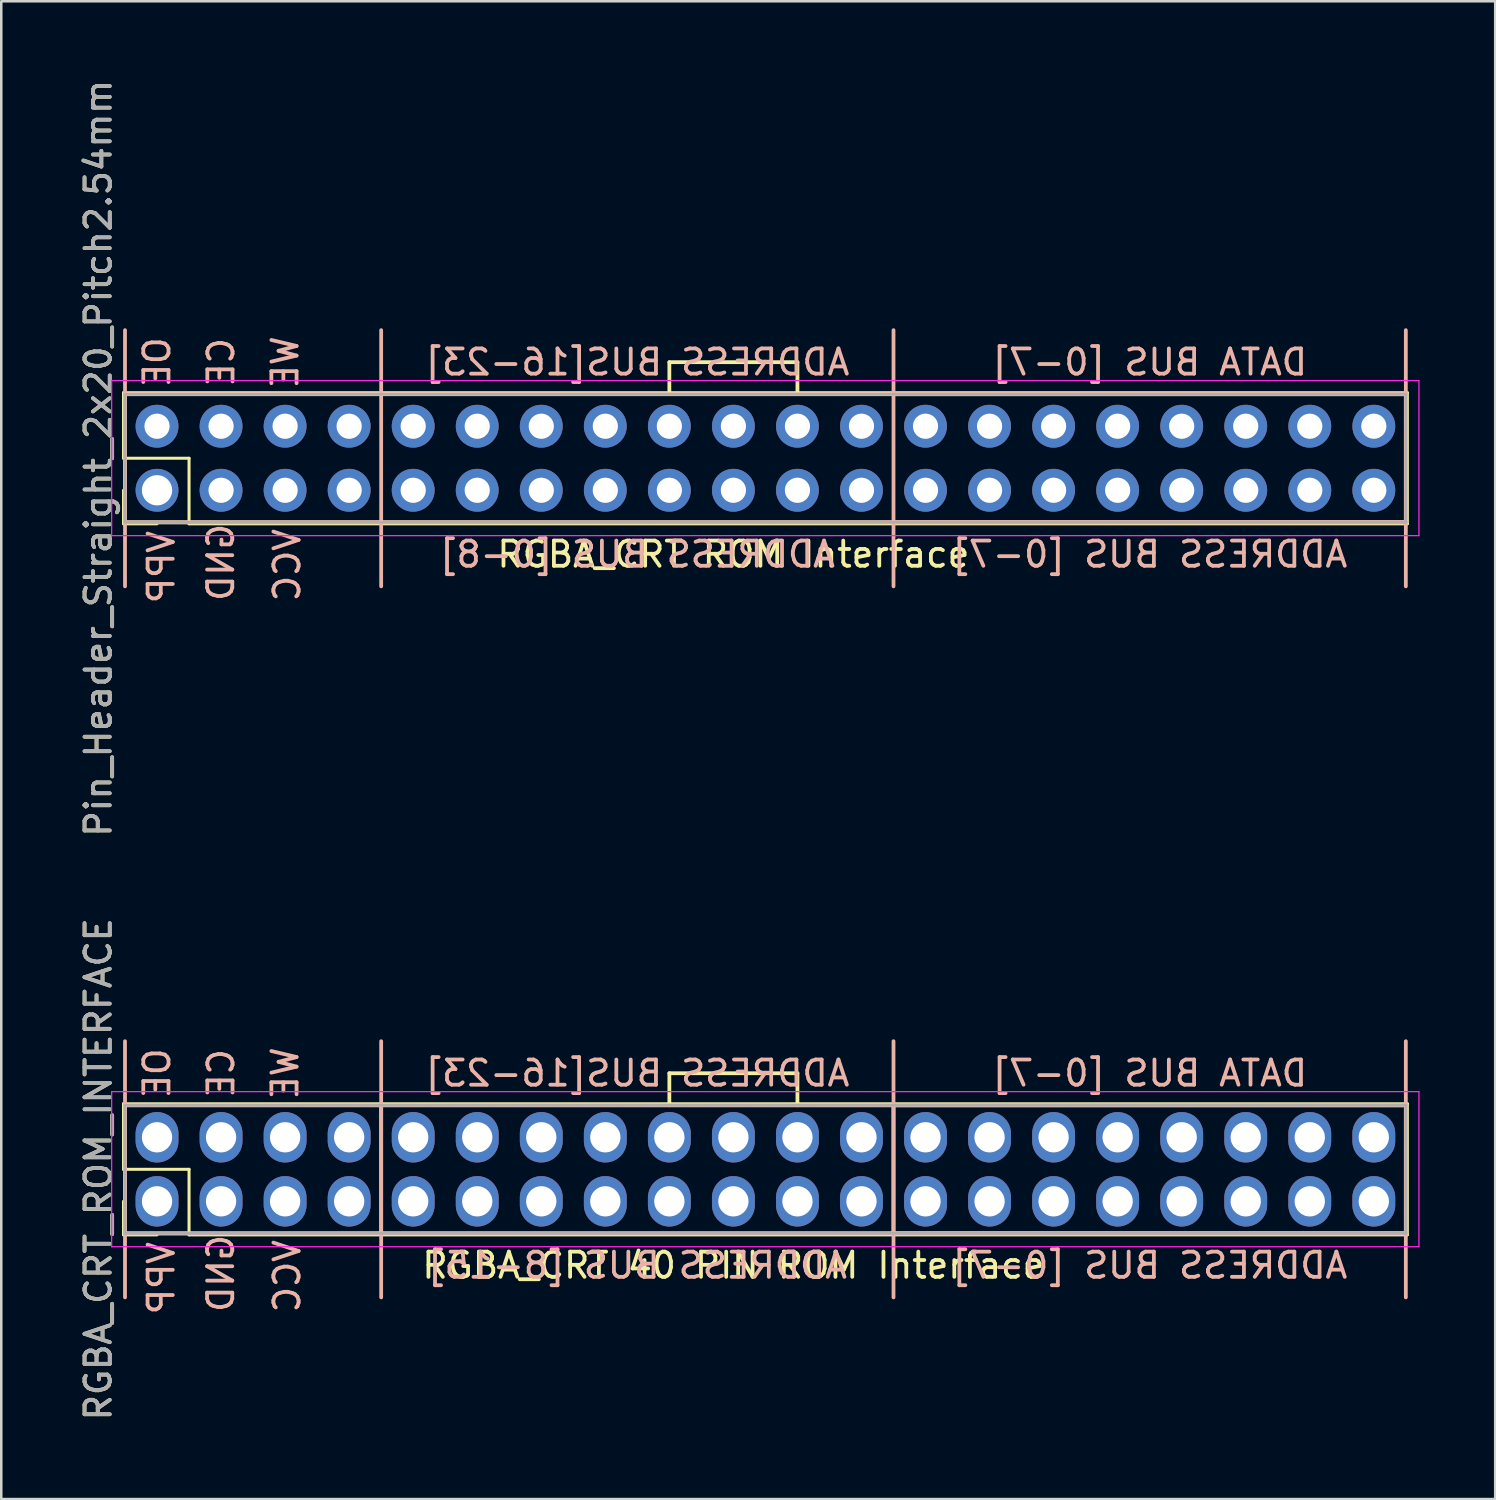
<source format=kicad_pcb>
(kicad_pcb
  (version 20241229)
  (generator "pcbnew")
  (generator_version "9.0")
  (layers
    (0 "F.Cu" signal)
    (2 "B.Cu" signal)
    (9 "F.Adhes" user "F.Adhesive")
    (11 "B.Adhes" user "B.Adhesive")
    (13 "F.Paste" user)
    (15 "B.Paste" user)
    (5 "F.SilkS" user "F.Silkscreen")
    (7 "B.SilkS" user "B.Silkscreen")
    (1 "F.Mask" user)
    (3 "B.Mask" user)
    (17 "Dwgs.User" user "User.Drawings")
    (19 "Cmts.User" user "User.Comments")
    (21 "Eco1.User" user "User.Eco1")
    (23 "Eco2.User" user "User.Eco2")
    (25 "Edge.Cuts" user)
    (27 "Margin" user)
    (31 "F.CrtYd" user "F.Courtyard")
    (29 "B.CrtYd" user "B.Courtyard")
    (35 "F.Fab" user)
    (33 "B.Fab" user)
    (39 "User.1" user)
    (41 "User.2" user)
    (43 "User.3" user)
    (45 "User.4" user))
  (footprint "Pin_Header_Straight_2x20_Pitch2.54mm"
    (layer "F.Cu")
    (at 26.038 16.395)
    (property "Reference" "Pin_Header_Straight_2x20_Pitch2.54mm" (at -25.19 -1.27 90) (layer "F.SilkS") (effects (font (size 1 1) (thickness 0.15))))
    (attr through_hole)
    (fp_line (start -24.19 -3.87) (end -24.19 -1.27) (stroke (width 0.12) (type solid)) (layer "F.SilkS"))
    (fp_line (start -24.19 -1.27) (end -21.59 -1.27) (stroke (width 0.12) (type solid)) (layer "F.SilkS"))
    (fp_line (start -24.19 1.33) (end -24.19 0) (stroke (width 0.12) (type solid)) (layer "F.SilkS"))
    (fp_line (start -24.13 -3.81) (end -24.13 1.27) (stroke (width 0.15) (type solid)) (layer "F.SilkS"))
    (fp_line (start -24.13 1.27) (end 26.67 1.27) (stroke (width 0.15) (type solid)) (layer "F.SilkS"))
    (fp_line (start -22.86 1.33) (end -24.19 1.33) (stroke (width 0.12) (type solid)) (layer "F.SilkS"))
    (fp_line (start -21.59 -1.27) (end -21.59 1.33) (stroke (width 0.12) (type solid)) (layer "F.SilkS"))
    (fp_line (start -21.59 1.33) (end 26.73 1.33) (stroke (width 0.12) (type solid)) (layer "F.SilkS"))
    (fp_line (start -2.54 -5.08) (end 2.54 -5.08) (stroke (width 0.15) (type solid)) (layer "F.SilkS"))
    (fp_line (start -2.54 -3.81) (end -2.54 -5.08) (stroke (width 0.15) (type solid)) (layer "F.SilkS"))
    (fp_line (start 2.54 -5.08) (end 2.54 -3.81) (stroke (width 0.15) (type solid)) (layer "F.SilkS"))
    (fp_line (start 26.67 -3.81) (end -24.13 -3.81) (stroke (width 0.15) (type solid)) (layer "F.SilkS"))
    (fp_line (start 26.67 1.27) (end 26.67 -3.81) (stroke (width 0.15) (type solid)) (layer "F.SilkS"))
    (fp_line (start 26.73 -3.87) (end -24.19 -3.87) (stroke (width 0.12) (type solid)) (layer "F.SilkS"))
    (fp_line (start 26.73 1.33) (end 26.73 -3.87) (stroke (width 0.12) (type solid)) (layer "F.SilkS"))
    (fp_line (start -24.13 -6.35) (end -24.13 3.81) (stroke (width 0.15) (type solid)) (layer "B.SilkS"))
    (fp_line (start -24.13 -3.81) (end 26.67 -3.81) (stroke (width 0.15) (type solid)) (layer "B.SilkS"))
    (fp_line (start -24.13 1.27) (end -24.13 -3.81) (stroke (width 0.15) (type solid)) (layer "B.SilkS"))
    (fp_line (start -13.97 -6.35) (end -13.97 -3.81) (stroke (width 0.15) (type solid)) (layer "B.SilkS"))
    (fp_line (start -13.97 -3.81) (end -13.97 1.27) (stroke (width 0.15) (type solid)) (layer "B.SilkS"))
    (fp_line (start -13.97 1.27) (end -13.97 3.81) (stroke (width 0.15) (type solid)) (layer "B.SilkS"))
    (fp_line (start 6.35 -6.35) (end 6.35 -3.81) (stroke (width 0.15) (type solid)) (layer "B.SilkS"))
    (fp_line (start 6.35 -3.81) (end 6.35 1.27) (stroke (width 0.15) (type solid)) (layer "B.SilkS"))
    (fp_line (start 6.35 1.27) (end 6.35 3.81) (stroke (width 0.15) (type solid)) (layer "B.SilkS"))
    (fp_line (start 26.67 -6.35) (end 26.67 -3.81) (stroke (width 0.15) (type solid)) (layer "B.SilkS"))
    (fp_line (start 26.67 -3.81) (end 6.35 -3.81) (stroke (width 0.15) (type solid)) (layer "B.SilkS"))
    (fp_line (start 26.67 -3.81) (end 26.67 1.27) (stroke (width 0.15) (type solid)) (layer "B.SilkS"))
    (fp_line (start 26.67 1.27) (end -24.13 1.27) (stroke (width 0.15) (type solid)) (layer "B.SilkS"))
    (fp_line (start 26.67 1.27) (end 6.35 1.27) (stroke (width 0.15) (type solid)) (layer "B.SilkS"))
    (fp_line (start 26.67 3.81) (end 26.67 1.27) (stroke (width 0.15) (type solid)) (layer "B.SilkS"))
    (fp_line (start -24.66 -4.35) (end -24.66 1.8) (stroke (width 0.05) (type solid)) (layer "F.CrtYd"))
    (fp_line (start -24.66 1.8) (end 27.19 1.8) (stroke (width 0.05) (type solid)) (layer "F.CrtYd"))
    (fp_line (start 27.19 -4.35) (end -24.66 -4.35) (stroke (width 0.05) (type solid)) (layer "F.CrtYd"))
    (fp_line (start 27.19 1.8) (end 27.19 -4.35) (stroke (width 0.05) (type solid)) (layer "F.CrtYd"))
    (fp_line (start -24.13 -3.81) (end -24.13 1.27) (stroke (width 0.1) (type solid)) (layer "F.Fab"))
    (fp_line (start -24.13 1.27) (end 26.67 1.27) (stroke (width 0.1) (type solid)) (layer "F.Fab"))
    (fp_line (start 26.67 -3.81) (end -24.13 -3.81) (stroke (width 0.1) (type solid)) (layer "F.Fab"))
    (fp_line (start 26.67 1.27) (end 26.67 -3.81) (stroke (width 0.1) (type solid)) (layer "F.Fab"))
    (fp_text user "RGBA_CRT ROM Interface" (at 0 2.54 0) (layer "F.SilkS") (effects (font (size 1 1) (thickness 0.15))))
    (fp_text user "VCC" (at -17.7 2.97 90) (layer "B.SilkS") (effects (font (size 1 1) (thickness 0.15)) (justify mirror)))
    (fp_text user "CE" (at -20.32 -5.08 90) (layer "B.SilkS") (effects (font (size 1 1) (thickness 0.15)) (justify mirror)))
    (fp_text user "DATA BUS [0-7]" (at 16.51 -5.08 180) (layer "B.SilkS") (effects (font (size 1 1) (thickness 0.15)) (justify mirror)))
    (fp_text user "OE" (at -22.86 -5.08 90) (layer "B.SilkS") (effects (font (size 1 1) (thickness 0.15)) (justify mirror)))
    (fp_text user "ADDRESS BUS[16-23]" (at -3.81 -5.08 180) (layer "B.SilkS") (effects (font (size 1 1) (thickness 0.15)) (justify mirror)))
    (fp_text user "ADDRESS BUS [0-7]" (at 16.51 2.54 0) (layer "B.SilkS") (effects (font (size 1 1) (thickness 0.15)) (justify mirror)))
    (fp_text user "VPP" (at -22.69 3.05 90) (layer "B.SilkS") (effects (font (size 1 1) (thickness 0.15)) (justify mirror)))
    (fp_text user "GND" (at -20.33 2.86 90) (layer "B.SilkS") (effects (font (size 1 1) (thickness 0.15)) (justify mirror)))
    (fp_text user "ADDRESS BUS [0-8]" (at -3.81 2.54 180) (layer "B.SilkS") (effects (font (size 1 1) (thickness 0.15)) (justify mirror)))
    (fp_text user "WE" (at -17.78 -5.08 90) (layer "B.SilkS") (effects (font (size 1 1) (thickness 0.15)) (justify mirror)))
    (fp_text user "${REFERENCE}" (at -25.19 -1.27 90) (layer "F.Fab") (effects (font (size 1 1) (thickness 0.15))))
    (pad "1" thru_hole circle (at -22.86 0 90) (size 1.7 1.7) (drill 1.2) (layers "*.Cu" "*.Mask"))
    (pad "2" thru_hole oval (at -20.32 0 90) (size 1.7 1.7) (drill 1) (layers "*.Cu" "*.Mask"))
    (pad "3" thru_hole oval (at -17.78 0 90) (size 1.7 1.7) (drill 1) (layers "*.Cu" "*.Mask"))
    (pad "4" thru_hole oval (at -15.24 0 90) (size 1.7 1.7) (drill 1) (layers "*.Cu" "*.Mask"))
    (pad "5" thru_hole oval (at -12.7 0 90) (size 1.7 1.7) (drill 1) (layers "*.Cu" "*.Mask"))
    (pad "6" thru_hole oval (at -10.16 0 90) (size 1.7 1.7) (drill 1) (layers "*.Cu" "*.Mask"))
    (pad "7" thru_hole oval (at -7.62 0 90) (size 1.7 1.7) (drill 1) (layers "*.Cu" "*.Mask"))
    (pad "8" thru_hole oval (at -5.08 0 90) (size 1.7 1.7) (drill 1) (layers "*.Cu" "*.Mask"))
    (pad "9" thru_hole oval (at -2.54 0 90) (size 1.7 1.7) (drill 1) (layers "*.Cu" "*.Mask"))
    (pad "10" thru_hole oval (at 0 0 90) (size 1.7 1.7) (drill 1) (layers "*.Cu" "*.Mask"))
    (pad "11" thru_hole oval (at 2.54 0 90) (size 1.7 1.7) (drill 1) (layers "*.Cu" "*.Mask"))
    (pad "12" thru_hole oval (at 5.08 0 90) (size 1.7 1.7) (drill 1) (layers "*.Cu" "*.Mask"))
    (pad "13" thru_hole oval (at 7.62 0 90) (size 1.7 1.7) (drill 1) (layers "*.Cu" "*.Mask"))
    (pad "14" thru_hole oval (at 10.16 0 90) (size 1.7 1.7) (drill 1) (layers "*.Cu" "*.Mask"))
    (pad "15" thru_hole oval (at 12.7 0 90) (size 1.7 1.7) (drill 1) (layers "*.Cu" "*.Mask"))
    (pad "16" thru_hole oval (at 15.24 0 90) (size 1.7 1.7) (drill 1) (layers "*.Cu" "*.Mask"))
    (pad "17" thru_hole oval (at 17.78 0 90) (size 1.7 1.7) (drill 1) (layers "*.Cu" "*.Mask"))
    (pad "18" thru_hole oval (at 20.32 0 90) (size 1.7 1.7) (drill 1) (layers "*.Cu" "*.Mask"))
    (pad "19" thru_hole oval (at 22.86 0 90) (size 1.7 1.7) (drill 1) (layers "*.Cu" "*.Mask"))
    (pad "20" thru_hole oval (at 25.4 0 90) (size 1.7 1.7) (drill 1) (layers "*.Cu" "*.Mask"))
    (pad "21" thru_hole oval (at 25.4 -2.54 90) (size 1.7 1.7) (drill 1) (layers "*.Cu" "*.Mask"))
    (pad "22" thru_hole oval (at 22.86 -2.54 90) (size 1.7 1.7) (drill 1) (layers "*.Cu" "*.Mask"))
    (pad "23" thru_hole oval (at 20.32 -2.54 90) (size 1.7 1.7) (drill 1) (layers "*.Cu" "*.Mask"))
    (pad "24" thru_hole oval (at 17.78 -2.54 90) (size 1.7 1.7) (drill 1) (layers "*.Cu" "*.Mask"))
    (pad "25" thru_hole oval (at 15.24 -2.54 90) (size 1.7 1.7) (drill 1) (layers "*.Cu" "*.Mask"))
    (pad "26" thru_hole oval (at 12.7 -2.54 90) (size 1.7 1.7) (drill 1) (layers "*.Cu" "*.Mask"))
    (pad "27" thru_hole oval (at 10.16 -2.54 90) (size 1.7 1.7) (drill 1) (layers "*.Cu" "*.Mask"))
    (pad "28" thru_hole oval (at 7.62 -2.54 90) (size 1.7 1.7) (drill 1) (layers "*.Cu" "*.Mask"))
    (pad "29" thru_hole oval (at 5.08 -2.54 90) (size 1.7 1.7) (drill 1) (layers "*.Cu" "*.Mask"))
    (pad "30" thru_hole oval (at 2.54 -2.54 90) (size 1.7 1.7) (drill 1) (layers "*.Cu" "*.Mask"))
    (pad "31" thru_hole oval (at 0 -2.54 90) (size 1.7 1.7) (drill 1) (layers "*.Cu" "*.Mask"))
    (pad "32" thru_hole oval (at -2.54 -2.54 90) (size 1.7 1.7) (drill 1) (layers "*.Cu" "*.Mask"))
    (pad "33" thru_hole oval (at -5.08 -2.54 90) (size 1.7 1.7) (drill 1) (layers "*.Cu" "*.Mask"))
    (pad "34" thru_hole oval (at -7.62 -2.54 90) (size 1.7 1.7) (drill 1) (layers "*.Cu" "*.Mask"))
    (pad "35" thru_hole oval (at -10.16 -2.54 90) (size 1.7 1.7) (drill 1) (layers "*.Cu" "*.Mask"))
    (pad "36" thru_hole oval (at -12.7 -2.54 90) (size 1.7 1.7) (drill 1) (layers "*.Cu" "*.Mask"))
    (pad "37" thru_hole oval (at -15.24 -2.54 90) (size 1.7 1.7) (drill 1) (layers "*.Cu" "*.Mask"))
    (pad "38" thru_hole oval (at -17.78 -2.54 90) (size 1.7 1.7) (drill 1) (layers "*.Cu" "*.Mask"))
    (pad "39" thru_hole oval (at -20.32 -2.54 90) (size 1.7 1.7) (drill 1) (layers "*.Cu" "*.Mask"))
    (pad "40" thru_hole oval (at -22.86 -2.54 90) (size 1.7 1.7) (drill 1) (layers "*.Cu" "*.Mask")))
  (footprint "RGBA_CRT_ROM_INTERFACE"
    (layer "F.Cu")
    (at 26.038 44.597)
    (property "Reference" "RGBA_CRT_ROM_INTERFACE" (at -25.19 -1.27 90) (layer "F.SilkS") (effects (font (size 1 1) (thickness 0.15))))
    (attr through_hole)
    (fp_line (start -24.19 -3.87) (end -24.19 -1.27) (stroke (width 0.12) (type solid)) (layer "F.SilkS"))
    (fp_line (start -24.19 -1.27) (end -21.59 -1.27) (stroke (width 0.12) (type solid)) (layer "F.SilkS"))
    (fp_line (start -24.19 1.33) (end -24.19 0) (stroke (width 0.12) (type solid)) (layer "F.SilkS"))
    (fp_line (start -24.13 -3.81) (end -24.13 1.27) (stroke (width 0.15) (type solid)) (layer "F.SilkS"))
    (fp_line (start -24.13 1.27) (end 26.67 1.27) (stroke (width 0.15) (type solid)) (layer "F.SilkS"))
    (fp_line (start -22.86 1.33) (end -24.19 1.33) (stroke (width 0.12) (type solid)) (layer "F.SilkS"))
    (fp_line (start -21.59 -1.27) (end -21.59 1.33) (stroke (width 0.12) (type solid)) (layer "F.SilkS"))
    (fp_line (start -21.59 1.33) (end 26.73 1.33) (stroke (width 0.12) (type solid)) (layer "F.SilkS"))
    (fp_line (start -13.97 1.27) (end -13.97 -3.81) (stroke (width 0.15) (type solid)) (layer "F.SilkS"))
    (fp_line (start -2.54 -5.08) (end 2.54 -5.08) (stroke (width 0.15) (type solid)) (layer "F.SilkS"))
    (fp_line (start -2.54 -3.81) (end -2.54 -5.08) (stroke (width 0.15) (type solid)) (layer "F.SilkS"))
    (fp_line (start 2.54 -5.08) (end 2.54 -3.81) (stroke (width 0.15) (type solid)) (layer "F.SilkS"))
    (fp_line (start 6.35 -3.81) (end 6.35 1.27) (stroke (width 0.15) (type solid)) (layer "F.SilkS"))
    (fp_line (start 26.67 -3.81) (end -24.13 -3.81) (stroke (width 0.15) (type solid)) (layer "F.SilkS"))
    (fp_line (start 26.67 1.27) (end 26.67 -3.81) (stroke (width 0.15) (type solid)) (layer "F.SilkS"))
    (fp_line (start 26.73 -3.87) (end -24.19 -3.87) (stroke (width 0.12) (type solid)) (layer "F.SilkS"))
    (fp_line (start 26.73 1.33) (end 26.73 -3.87) (stroke (width 0.12) (type solid)) (layer "F.SilkS"))
    (fp_line (start -24.13 -6.35) (end -24.13 3.81) (stroke (width 0.15) (type solid)) (layer "B.SilkS"))
    (fp_line (start -24.13 -3.81) (end 26.67 -3.81) (stroke (width 0.15) (type solid)) (layer "B.SilkS"))
    (fp_line (start -24.13 1.27) (end -24.13 -3.81) (stroke (width 0.15) (type solid)) (layer "B.SilkS"))
    (fp_line (start -13.97 -6.35) (end -13.97 -3.81) (stroke (width 0.15) (type solid)) (layer "B.SilkS"))
    (fp_line (start -13.97 -3.81) (end -13.97 1.27) (stroke (width 0.15) (type solid)) (layer "B.SilkS"))
    (fp_line (start -13.97 1.27) (end -13.97 3.81) (stroke (width 0.15) (type solid)) (layer "B.SilkS"))
    (fp_line (start 6.35 -6.35) (end 6.35 -3.81) (stroke (width 0.15) (type solid)) (layer "B.SilkS"))
    (fp_line (start 6.35 -3.81) (end 6.35 1.27) (stroke (width 0.15) (type solid)) (layer "B.SilkS"))
    (fp_line (start 6.35 1.27) (end 6.35 3.81) (stroke (width 0.15) (type solid)) (layer "B.SilkS"))
    (fp_line (start 26.67 -6.35) (end 26.67 -3.81) (stroke (width 0.15) (type solid)) (layer "B.SilkS"))
    (fp_line (start 26.67 -3.81) (end 6.35 -3.81) (stroke (width 0.15) (type solid)) (layer "B.SilkS"))
    (fp_line (start 26.67 -3.81) (end 26.67 1.27) (stroke (width 0.15) (type solid)) (layer "B.SilkS"))
    (fp_line (start 26.67 1.27) (end -24.13 1.27) (stroke (width 0.15) (type solid)) (layer "B.SilkS"))
    (fp_line (start 26.67 1.27) (end 6.35 1.27) (stroke (width 0.15) (type solid)) (layer "B.SilkS"))
    (fp_line (start 26.67 3.81) (end 26.67 1.27) (stroke (width 0.15) (type solid)) (layer "B.SilkS"))
    (fp_line (start -24.66 -4.35) (end -24.66 1.8) (stroke (width 0.05) (type solid)) (layer "F.CrtYd"))
    (fp_line (start -24.66 1.8) (end 27.19 1.8) (stroke (width 0.05) (type solid)) (layer "F.CrtYd"))
    (fp_line (start 27.19 -4.35) (end -24.66 -4.35) (stroke (width 0.05) (type solid)) (layer "F.CrtYd"))
    (fp_line (start 27.19 1.8) (end 27.19 -4.35) (stroke (width 0.05) (type solid)) (layer "F.CrtYd"))
    (fp_line (start -24.13 -3.81) (end -24.13 1.27) (stroke (width 0.1) (type solid)) (layer "F.Fab"))
    (fp_line (start -24.13 1.27) (end 26.67 1.27) (stroke (width 0.1) (type solid)) (layer "F.Fab"))
    (fp_line (start 26.67 -3.81) (end -24.13 -3.81) (stroke (width 0.1) (type solid)) (layer "F.Fab"))
    (fp_line (start 26.67 1.27) (end 26.67 -3.81) (stroke (width 0.1) (type solid)) (layer "F.Fab"))
    (fp_text user "RGBA_CRT 40 PIN ROM Interface" (at 0 2.54 0) (layer "F.SilkS") (effects (font (size 1 1) (thickness 0.15))))
    (fp_text user "ADDRESS BUS [0-7]" (at 16.51 2.54 0) (layer "B.SilkS") (effects (font (size 1 1) (thickness 0.15)) (justify mirror)))
    (fp_text user "VCC" (at -17.7 2.97 90) (layer "B.SilkS") (effects (font (size 1 1) (thickness 0.15)) (justify mirror)))
    (fp_text user "OE" (at -22.86 -5.08 90) (layer "B.SilkS") (effects (font (size 1 1) (thickness 0.15)) (justify mirror)))
    (fp_text user "WE" (at -17.78 -5.08 90) (layer "B.SilkS") (effects (font (size 1 1) (thickness 0.15)) (justify mirror)))
    (fp_text user "VPP" (at -22.69 3.05 90) (layer "B.SilkS") (effects (font (size 1 1) (thickness 0.15)) (justify mirror)))
    (fp_text user "CE" (at -20.32 -5.08 90) (layer "B.SilkS") (effects (font (size 1 1) (thickness 0.15)) (justify mirror)))
    (fp_text user "ADDRESS BUS[16-23]" (at -3.81 -5.08 180) (layer "B.SilkS") (effects (font (size 1 1) (thickness 0.15)) (justify mirror)))
    (fp_text user "DATA BUS [0-7]" (at 16.51 -5.08 180) (layer "B.SilkS") (effects (font (size 1 1) (thickness 0.15)) (justify mirror)))
    (fp_text user "GND" (at -20.33 2.86 90) (layer "B.SilkS") (effects (font (size 1 1) (thickness 0.15)) (justify mirror)))
    (fp_text user "ADDRESS BUS [8-15]" (at -3.81 2.54 0) (layer "B.SilkS") (effects (font (size 1 1) (thickness 0.15)) (justify mirror)))
    (fp_text user "${REFERENCE}" (at -25.19 -1.27 90) (layer "F.Fab") (effects (font (size 1 1) (thickness 0.15))))
    (pad "1" thru_hole oval (at -22.86 0 90) (size 2 1.7) (drill 1.2) (layers "*.Cu" "*.Mask"))
    (pad "2" thru_hole oval (at -20.32 0 90) (size 2 1.7) (drill 1.2) (layers "*.Cu" "*.Mask"))
    (pad "3" thru_hole oval (at -17.78 0 90) (size 2 1.7) (drill 1.2) (layers "*.Cu" "*.Mask"))
    (pad "4" thru_hole oval (at -15.24 0 90) (size 2 1.7) (drill 1.2) (layers "*.Cu" "*.Mask"))
    (pad "5" thru_hole oval (at -12.7 0 90) (size 2 1.7) (drill 1.2) (layers "*.Cu" "*.Mask"))
    (pad "6" thru_hole oval (at -10.16 0 90) (size 2 1.7) (drill 1.2) (layers "*.Cu" "*.Mask"))
    (pad "7" thru_hole oval (at -7.62 0 90) (size 2 1.7) (drill 1.2) (layers "*.Cu" "*.Mask"))
    (pad "8" thru_hole oval (at -5.08 0 90) (size 2 1.7) (drill 1.2) (layers "*.Cu" "*.Mask"))
    (pad "9" thru_hole oval (at -2.54 0 90) (size 2 1.7) (drill 1.2) (layers "*.Cu" "*.Mask"))
    (pad "10" thru_hole oval (at 0 0 90) (size 2 1.7) (drill 1.2) (layers "*.Cu" "*.Mask"))
    (pad "11" thru_hole oval (at 2.54 0 90) (size 2 1.7) (drill 1.2) (layers "*.Cu" "*.Mask"))
    (pad "12" thru_hole oval (at 5.08 0 90) (size 2 1.7) (drill 1.2) (layers "*.Cu" "*.Mask"))
    (pad "13" thru_hole oval (at 7.62 0 90) (size 2 1.7) (drill 1.2) (layers "*.Cu" "*.Mask"))
    (pad "14" thru_hole oval (at 10.16 0 90) (size 2 1.7) (drill 1.2) (layers "*.Cu" "*.Mask"))
    (pad "15" thru_hole oval (at 12.7 0 90) (size 2 1.7) (drill 1.2) (layers "*.Cu" "*.Mask"))
    (pad "16" thru_hole oval (at 15.24 0 90) (size 2 1.7) (drill 1.2) (layers "*.Cu" "*.Mask"))
    (pad "17" thru_hole oval (at 17.78 0 90) (size 2 1.7) (drill 1.2) (layers "*.Cu" "*.Mask"))
    (pad "18" thru_hole oval (at 20.32 0 90) (size 2 1.7) (drill 1.2) (layers "*.Cu" "*.Mask"))
    (pad "19" thru_hole oval (at 22.86 0 90) (size 2 1.7) (drill 1.2) (layers "*.Cu" "*.Mask"))
    (pad "20" thru_hole oval (at 25.4 0 90) (size 2 1.7) (drill 1.2) (layers "*.Cu" "*.Mask"))
    (pad "21" thru_hole oval (at 25.4 -2.54 90) (size 2 1.7) (drill 1.2) (layers "*.Cu" "*.Mask"))
    (pad "22" thru_hole oval (at 22.86 -2.54 90) (size 2 1.7) (drill 1.2) (layers "*.Cu" "*.Mask"))
    (pad "23" thru_hole oval (at 20.32 -2.54 90) (size 2 1.7) (drill 1.2) (layers "*.Cu" "*.Mask"))
    (pad "24" thru_hole oval (at 17.78 -2.54 90) (size 2 1.7) (drill 1.2) (layers "*.Cu" "*.Mask"))
    (pad "25" thru_hole oval (at 15.24 -2.54 90) (size 2 1.7) (drill 1.2) (layers "*.Cu" "*.Mask"))
    (pad "26" thru_hole oval (at 12.7 -2.54 90) (size 2 1.7) (drill 1.2) (layers "*.Cu" "*.Mask"))
    (pad "27" thru_hole oval (at 10.16 -2.54 90) (size 2 1.7) (drill 1.2) (layers "*.Cu" "*.Mask"))
    (pad "28" thru_hole oval (at 7.62 -2.54 90) (size 2 1.7) (drill 1.2) (layers "*.Cu" "*.Mask"))
    (pad "29" thru_hole oval (at 5.08 -2.54 90) (size 2 1.7) (drill 1.2) (layers "*.Cu" "*.Mask"))
    (pad "30" thru_hole oval (at 2.54 -2.54 90) (size 2 1.7) (drill 1.2) (layers "*.Cu" "*.Mask"))
    (pad "31" thru_hole oval (at 0 -2.54 90) (size 2 1.7) (drill 1.2) (layers "*.Cu" "*.Mask"))
    (pad "32" thru_hole oval (at -2.54 -2.54 90) (size 2 1.7) (drill 1.2) (layers "*.Cu" "*.Mask"))
    (pad "33" thru_hole oval (at -5.08 -2.54 90) (size 2 1.7) (drill 1.2) (layers "*.Cu" "*.Mask"))
    (pad "34" thru_hole oval (at -7.62 -2.54 90) (size 2 1.7) (drill 1.2) (layers "*.Cu" "*.Mask"))
    (pad "35" thru_hole oval (at -10.16 -2.54 90) (size 2 1.7) (drill 1.2) (layers "*.Cu" "*.Mask"))
    (pad "36" thru_hole oval (at -12.7 -2.54 90) (size 2 1.7) (drill 1.2) (layers "*.Cu" "*.Mask"))
    (pad "37" thru_hole oval (at -15.24 -2.54 90) (size 2 1.7) (drill 1.2) (layers "*.Cu" "*.Mask"))
    (pad "38" thru_hole oval (at -17.78 -2.54 90) (size 2 1.7) (drill 1.2) (layers "*.Cu" "*.Mask"))
    (pad "39" thru_hole oval (at -20.32 -2.54 90) (size 2 1.7) (drill 1.2) (layers "*.Cu" "*.Mask"))
    (pad "40" thru_hole oval (at -22.86 -2.54 90) (size 2 1.7) (drill 1.2) (layers "*.Cu" "*.Mask")))
  (gr_rect
    (start -3 -3)
    (end 56.253 56.405)
    (stroke (width 0.1) (type default))
    (fill no)
    (layer "Edge.Cuts")))
</source>
